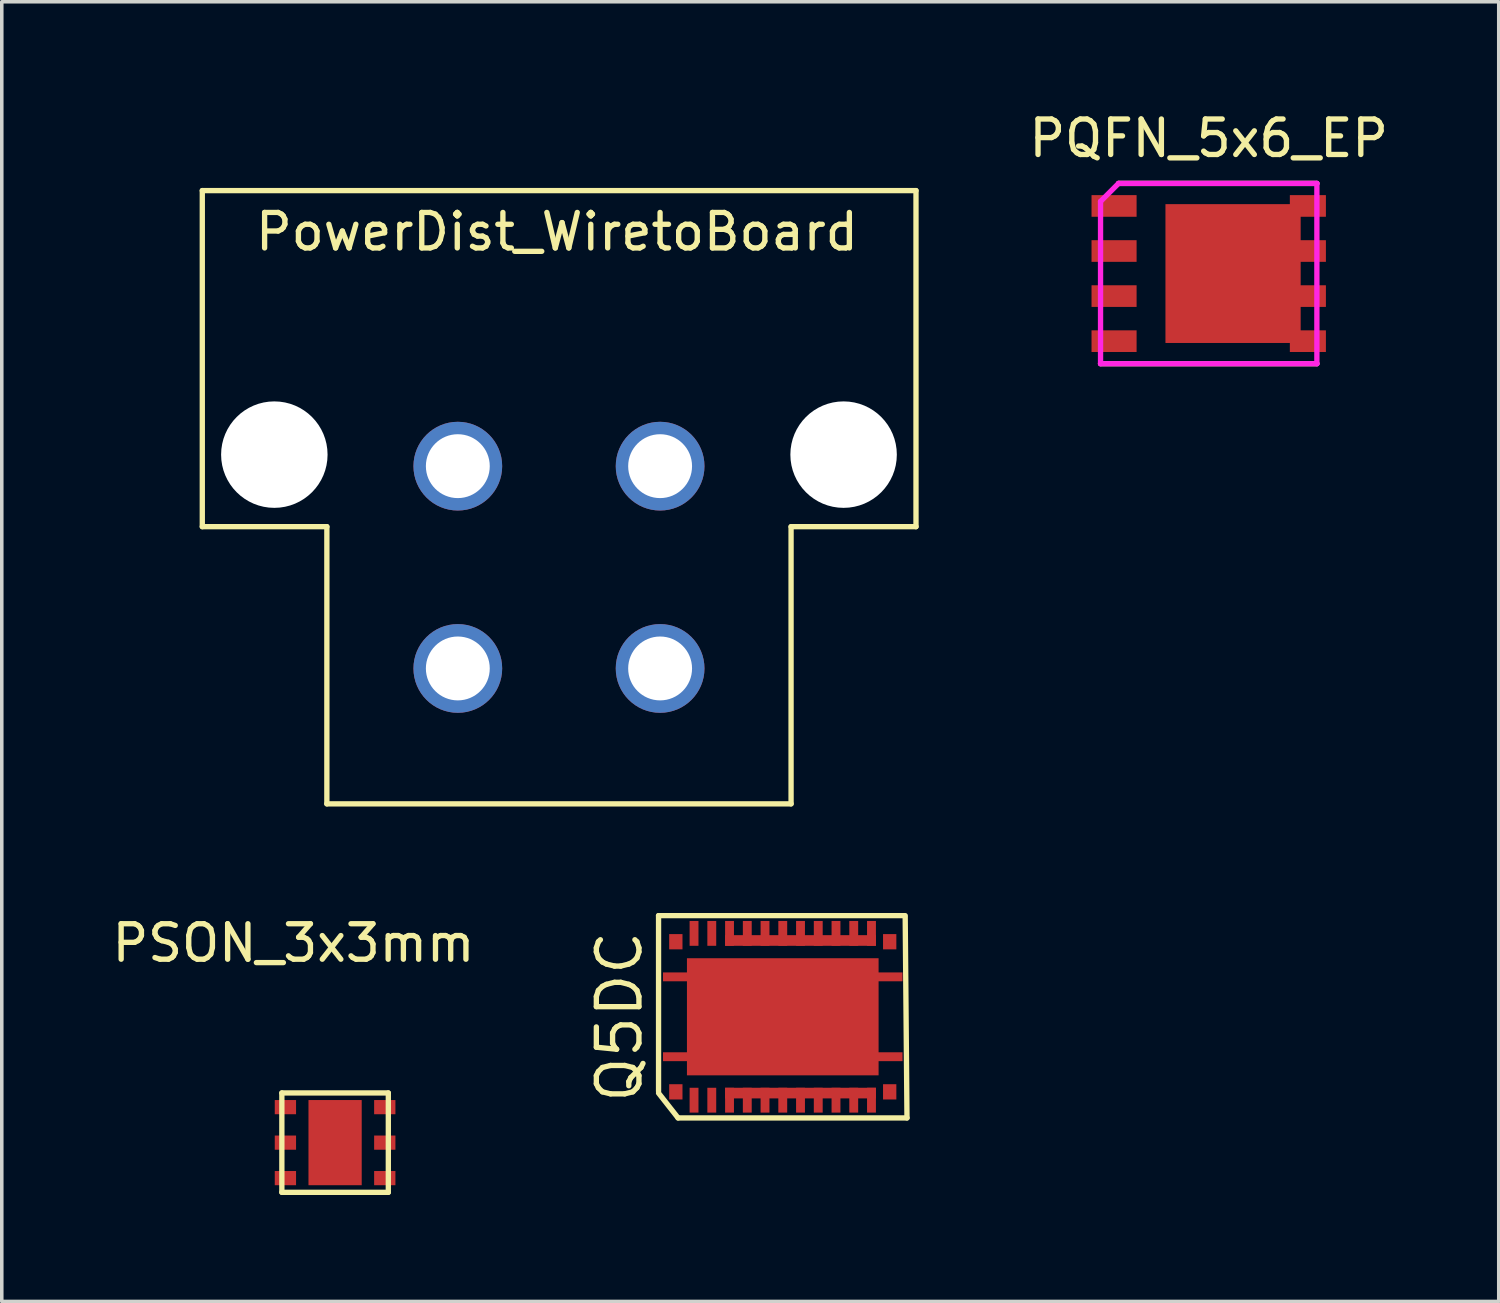
<source format=kicad_pcb>
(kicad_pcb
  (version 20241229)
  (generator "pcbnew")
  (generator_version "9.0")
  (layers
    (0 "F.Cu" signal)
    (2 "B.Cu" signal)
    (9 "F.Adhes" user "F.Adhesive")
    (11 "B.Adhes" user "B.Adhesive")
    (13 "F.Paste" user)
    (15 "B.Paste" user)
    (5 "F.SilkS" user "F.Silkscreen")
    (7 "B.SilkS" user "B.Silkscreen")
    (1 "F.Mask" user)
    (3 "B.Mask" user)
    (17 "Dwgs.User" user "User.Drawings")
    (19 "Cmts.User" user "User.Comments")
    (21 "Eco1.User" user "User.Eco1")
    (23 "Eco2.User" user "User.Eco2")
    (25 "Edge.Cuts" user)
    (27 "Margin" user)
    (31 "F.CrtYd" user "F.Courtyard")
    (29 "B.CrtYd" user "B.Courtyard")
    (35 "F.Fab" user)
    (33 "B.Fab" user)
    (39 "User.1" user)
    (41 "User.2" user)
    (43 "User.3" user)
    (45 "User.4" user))
  (footprint "PQFN_5x6_EP"
    (layer "F.Cu")
    (at 31.008 4.658)
    (property "Reference" "PQFN_5x6_EP" (at 0 -3.81 0) (layer "F.SilkS") (effects (font (size 1 1) (thickness 0.15))))
    (attr through_hole)
    (fp_line (start -3.048 2.54) (end 3.048 2.54) (stroke (width 0.15) (type solid)) (layer "F.SilkS"))
    (fp_line (start -2.54 -2.54) (end 3.048 -2.54) (stroke (width 0.15) (type solid)) (layer "F.SilkS"))
    (fp_line (start -3.048 -2.032) (end -3.048 2.54) (stroke (width 0.15) (type solid)) (layer "F.CrtYd"))
    (fp_line (start -3.048 2.54) (end 3.048 2.54) (stroke (width 0.15) (type solid)) (layer "F.CrtYd"))
    (fp_line (start -2.54 -2.54) (end -3.048 -2.032) (stroke (width 0.15) (type solid)) (layer "F.CrtYd"))
    (fp_line (start 3.048 -2.54) (end -2.54 -2.54) (stroke (width 0.15) (type solid)) (layer "F.CrtYd"))
    (fp_line (start 3.048 2.54) (end 3.048 -2.54) (stroke (width 0.15) (type solid)) (layer "F.CrtYd"))
    (pad "1" smd rect (at -2.667 -1.905) (size 1.27 0.61) (layers "F.Cu" "F.Mask" "F.Paste"))
    (pad "2" smd rect (at -2.667 -0.635) (size 1.27 0.61) (layers "F.Cu" "F.Mask" "F.Paste"))
    (pad "3" smd rect (at -2.667 0.635) (size 1.27 0.61) (layers "F.Cu" "F.Mask" "F.Paste"))
    (pad "4" smd rect (at -2.667 1.905) (size 1.27 0.61) (layers "F.Cu" "F.Mask" "F.Paste"))
    (pad "5" smd rect (at 2.794 1.905) (size 1.016 0.61) (layers "F.Cu" "F.Mask" "F.Paste"))
    (pad "6" smd rect (at 2.794 0.635) (size 1.016 0.61) (layers "F.Cu" "F.Mask" "F.Paste"))
    (pad "7" smd rect (at 2.794 -0.635) (size 1.016 0.61) (layers "F.Cu" "F.Mask" "F.Paste"))
    (pad "8" smd rect (at 0.686 0) (size 3.81 3.912) (layers "F.Cu" "F.Mask" "F.Paste"))
    (pad "8" smd rect (at 2.794 -1.905) (size 1.016 0.61) (layers "F.Cu" "F.Mask" "F.Paste")))
  (footprint "Q5DC"
    (layer "F.Cu")
    (at 19.006 25.6)
    (property "Reference" "Q5DC" (at -4.6 0 90) (layer "F.SilkS") (effects (font (size 1.2 1.2) (thickness 0.15))))
    (attr through_hole)
    (fp_line (start -3.5 -2.85) (end -3.5 2.1) (stroke (width 0.15) (type solid)) (layer "F.SilkS"))
    (fp_line (start -3.5 2.15) (end -2.95 2.85) (stroke (width 0.15) (type solid)) (layer "F.SilkS"))
    (fp_line (start -2.95 2.85) (end 3.5 2.85) (stroke (width 0.15) (type solid)) (layer "F.SilkS"))
    (fp_line (start 3.45 -2.85) (end -3.5 -2.85) (stroke (width 0.15) (type solid)) (layer "F.SilkS"))
    (fp_line (start 3.5 2.85) (end 3.45 -2.8) (stroke (width 0.15) (type solid)) (layer "F.SilkS"))
    (pad "" smd rect (at 0 -1.125) (size 6.75 0.25) (layers "F.Cu" "F.Mask" "F.Paste"))
    (pad "" smd rect (at 0 1.125) (size 6.75 0.25) (layers "F.Cu" "F.Mask" "F.Paste"))
    (pad "" smd rect (at 0.5 -2.15) (size 4.25 0.3) (layers "F.Cu" "F.Mask" "F.Paste"))
    (pad "" smd rect (at 0.5 2.15) (size 4.25 0.3) (layers "F.Cu" "F.Mask" "F.Paste"))
    (pad "1" smd rect (at -2.5 2.35) (size 0.25 0.7) (layers "F.Cu" "F.Mask" "F.Paste"))
    (pad "2" smd rect (at -2 2.35) (size 0.25 0.7) (layers "F.Cu" "F.Mask" "F.Paste"))
    (pad "3" smd rect (at -1.5 2.35) (size 0.25 0.7) (layers "F.Cu" "F.Mask" "F.Paste"))
    (pad "4" smd rect (at -1 2.35) (size 0.25 0.7) (layers "F.Cu" "F.Mask" "F.Paste"))
    (pad "5" smd rect (at -0.5 2.35) (size 0.25 0.7) (layers "F.Cu" "F.Mask" "F.Paste"))
    (pad "6" smd rect (at 0 2.35) (size 0.25 0.7) (layers "F.Cu" "F.Mask" "F.Paste"))
    (pad "7" smd rect (at 0.5 2.35) (size 0.25 0.7) (layers "F.Cu" "F.Mask" "F.Paste"))
    (pad "8" smd rect (at 1 2.35) (size 0.25 0.7) (layers "F.Cu" "F.Mask" "F.Paste"))
    (pad "9" smd rect (at 1.5 2.35) (size 0.25 0.7) (layers "F.Cu" "F.Mask" "F.Paste"))
    (pad "10" smd rect (at 2 2.35) (size 0.25 0.7) (layers "F.Cu" "F.Mask" "F.Paste"))
    (pad "11" smd rect (at 2.5 2.35) (size 0.25 0.7) (layers "F.Cu" "F.Mask" "F.Paste"))
    (pad "12" smd rect (at 2.5 -2.35) (size 0.25 0.7) (layers "F.Cu" "F.Mask" "F.Paste"))
    (pad "13" smd rect (at 2 -2.35) (size 0.25 0.7) (layers "F.Cu" "F.Mask" "F.Paste"))
    (pad "14" smd rect (at 1.5 -2.35) (size 0.25 0.7) (layers "F.Cu" "F.Mask" "F.Paste"))
    (pad "15" smd rect (at 1 -2.35) (size 0.25 0.7) (layers "F.Cu" "F.Mask" "F.Paste"))
    (pad "16" smd rect (at 0.5 -2.35) (size 0.25 0.7) (layers "F.Cu" "F.Mask" "F.Paste"))
    (pad "17" smd rect (at 0 -2.35) (size 0.25 0.7) (layers "F.Cu" "F.Mask" "F.Paste"))
    (pad "18" smd rect (at -0.5 -2.35) (size 0.25 0.7) (layers "F.Cu" "F.Mask" "F.Paste"))
    (pad "19" smd rect (at -1 -2.35) (size 0.25 0.7) (layers "F.Cu" "F.Mask" "F.Paste"))
    (pad "20" smd rect (at -1.5 -2.35) (size 0.25 0.7) (layers "F.Cu" "F.Mask" "F.Paste"))
    (pad "21" smd rect (at -2 -2.35) (size 0.25 0.7) (layers "F.Cu" "F.Mask" "F.Paste"))
    (pad "22" smd rect (at -2.5 -2.35) (size 0.25 0.7) (layers "F.Cu" "F.Mask" "F.Paste"))
    (pad "23" smd rect (at -3.013 2.115) (size 0.375 0.43) (layers "F.Cu" "F.Mask" "F.Paste"))
    (pad "24" smd rect (at 3.013 2.115) (size 0.375 0.43) (layers "F.Cu" "F.Mask" "F.Paste"))
    (pad "25" smd rect (at -3.013 -2.115) (size 0.375 0.43) (layers "F.Cu" "F.Mask" "F.Paste"))
    (pad "25" smd rect (at 3.013 -2.115) (size 0.375 0.43) (layers "F.Cu" "F.Mask" "F.Paste"))
    (pad "27" smd rect (at 0 0) (size 5.4 3.3) (layers "F.Cu" "F.Mask" "F.Paste")))
  (footprint "PSON_3x3mm"
    (layer "F.Cu")
    (at 4.992 28.146)
    (property "Reference" "PSON_3x3mm" (at 0.229 -4.623 0) (layer "F.SilkS") (effects (font (size 1 1) (thickness 0.15))))
    (attr through_hole)
    (fp_line (start -0.1 -0.4) (end 2.9 -0.4) (stroke (width 0.15) (type solid)) (layer "F.SilkS"))
    (fp_line (start -0.1 2.4) (end -0.1 -0.4) (stroke (width 0.15) (type solid)) (layer "F.SilkS"))
    (fp_line (start 2.9 -0.4) (end 2.9 2.4) (stroke (width 0.15) (type solid)) (layer "F.SilkS"))
    (fp_line (start 2.9 2.4) (end -0.1 2.4) (stroke (width 0.15) (type solid)) (layer "F.SilkS"))
    (pad "1" smd rect (at 0 0) (size 0.6 0.4) (layers "F.Cu" "F.Mask" "F.Paste"))
    (pad "2" smd rect (at 0 1) (size 0.6 0.4) (layers "F.Cu" "F.Mask" "F.Paste"))
    (pad "3" smd rect (at 0 2) (size 0.6 0.4) (layers "F.Cu" "F.Mask" "F.Paste"))
    (pad "4" smd rect (at 2.8 2) (size 0.6 0.4) (layers "F.Cu" "F.Mask" "F.Paste"))
    (pad "5" smd rect (at 2.8 1) (size 0.6 0.4) (layers "F.Cu" "F.Mask" "F.Paste"))
    (pad "6" smd rect (at 2.8 0) (size 0.6 0.4) (layers "F.Cu" "F.Mask" "F.Paste"))
    (pad "7" smd rect (at 1.4 1) (size 1.5 2.4) (layers "F.Cu" "F.Mask" "F.Paste")))
  (footprint "PowerDist_WiretoBoard"
    (layer "F.Cu")
    (at 0.25 0.25)
    (property "Reference" "PowerDist_WiretoBoard" (at 12.394 3.231 0) (layer "F.SilkS") (effects (font (size 1 1) (thickness 0.15))))
    (attr through_hole)
    (fp_line (start 2.4 2.07) (end 2.4 11.54) (stroke (width 0.15) (type solid)) (layer "F.SilkS"))
    (fp_line (start 2.4 2.07) (end 22.51 2.07) (stroke (width 0.15) (type solid)) (layer "F.SilkS"))
    (fp_line (start 2.4 11.54) (end 5.91 11.54) (stroke (width 0.15) (type solid)) (layer "F.SilkS"))
    (fp_line (start 5.91 19.35) (end 5.91 11.54) (stroke (width 0.15) (type solid)) (layer "F.SilkS"))
    (fp_line (start 5.91 19.35) (end 18.99 19.35) (stroke (width 0.15) (type solid)) (layer "F.SilkS"))
    (fp_line (start 18.99 11.54) (end 22.51 11.54) (stroke (width 0.15) (type solid)) (layer "F.SilkS"))
    (fp_line (start 18.99 19.35) (end 18.99 11.54) (stroke (width 0.15) (type solid)) (layer "F.SilkS"))
    (fp_line (start 22.51 2.07) (end 22.51 11.54) (stroke (width 0.15) (type solid)) (layer "F.SilkS"))
    (pad "" np_thru_hole circle (at 4.43 9.51) (size 3 3) (drill 3) (layers "*.Cu" "*.Mask"))
    (pad "" np_thru_hole circle (at 20.47 9.51) (size 3 3) (drill 3) (layers "*.Cu" "*.Mask"))
    (pad "1" thru_hole circle (at 9.6 15.535) (size 2.5 2.5) (drill 1.8) (layers "*.Cu" "*.Mask"))
    (pad "2" thru_hole circle (at 15.3 15.535) (size 2.5 2.5) (drill 1.8) (layers "*.Cu" "*.Mask"))
    (pad "3" thru_hole circle (at 9.6 9.835) (size 2.5 2.5) (drill 1.8) (layers "*.Cu" "*.Mask"))
    (pad "4" thru_hole circle (at 15.3 9.835) (size 2.5 2.5) (drill 1.8) (layers "*.Cu" "*.Mask")))
  (gr_rect
    (start -3 -3)
    (end 39.18 33.621)
    (stroke (width 0.1) (type default))
    (fill no)
    (layer "Edge.Cuts")))
</source>
